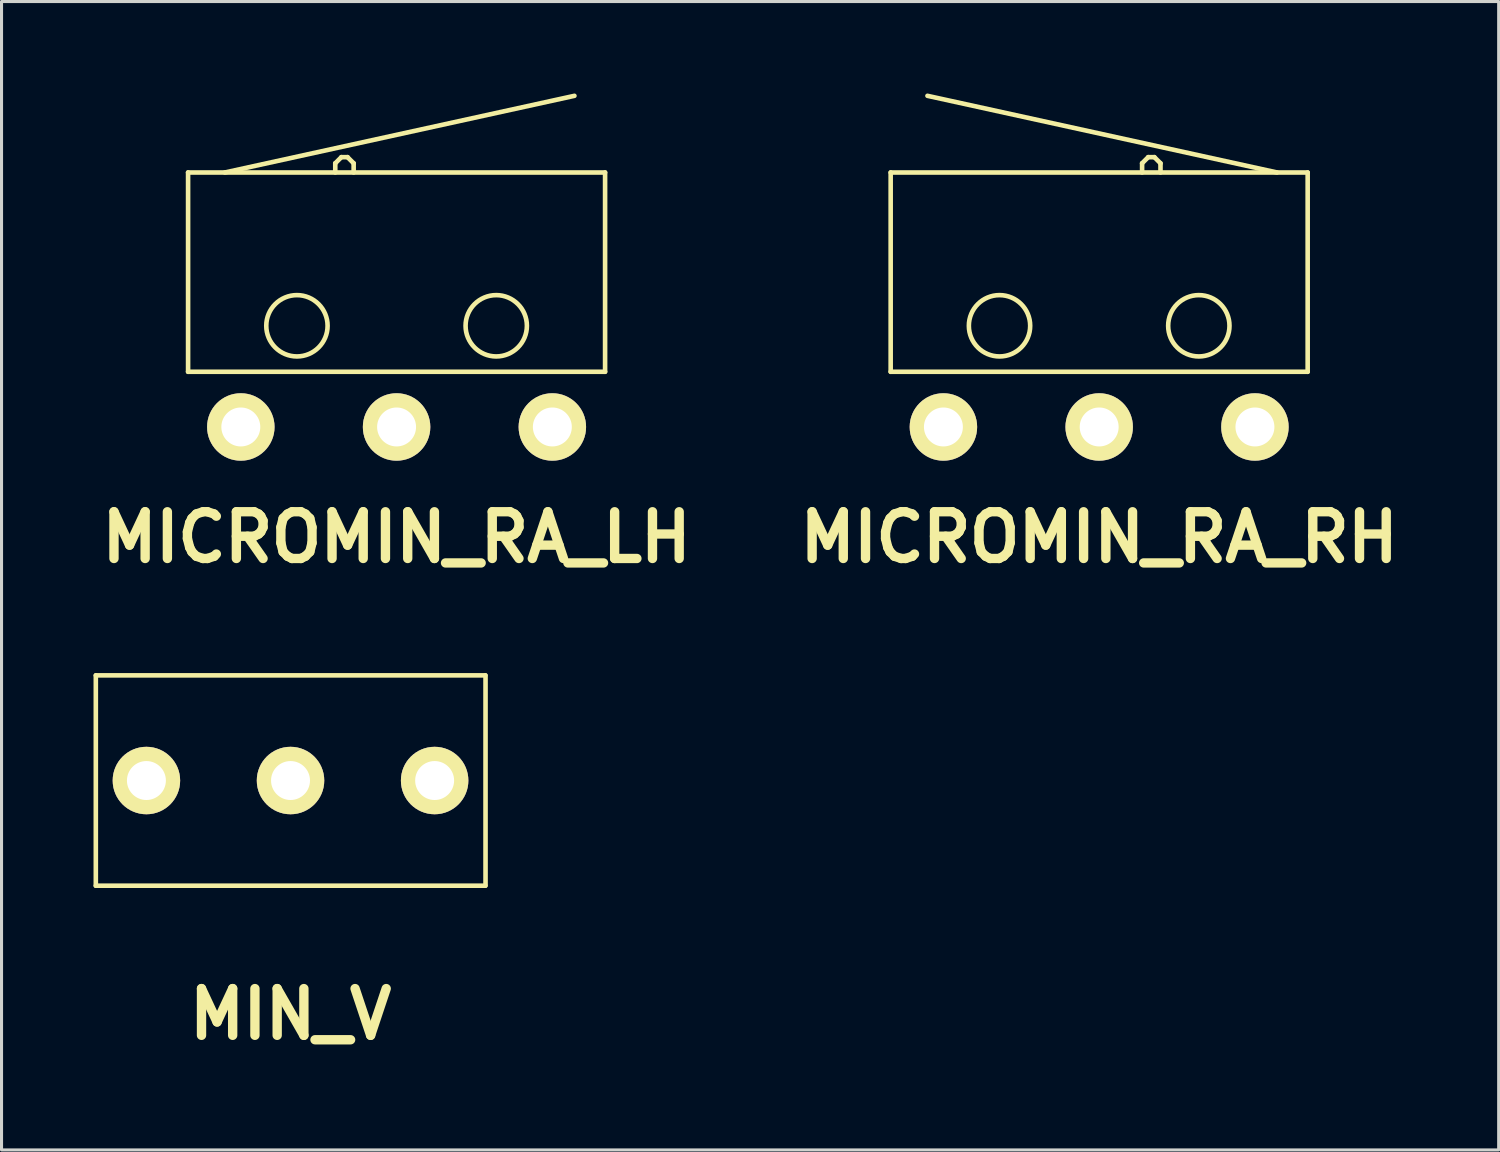
<source format=kicad_pcb>
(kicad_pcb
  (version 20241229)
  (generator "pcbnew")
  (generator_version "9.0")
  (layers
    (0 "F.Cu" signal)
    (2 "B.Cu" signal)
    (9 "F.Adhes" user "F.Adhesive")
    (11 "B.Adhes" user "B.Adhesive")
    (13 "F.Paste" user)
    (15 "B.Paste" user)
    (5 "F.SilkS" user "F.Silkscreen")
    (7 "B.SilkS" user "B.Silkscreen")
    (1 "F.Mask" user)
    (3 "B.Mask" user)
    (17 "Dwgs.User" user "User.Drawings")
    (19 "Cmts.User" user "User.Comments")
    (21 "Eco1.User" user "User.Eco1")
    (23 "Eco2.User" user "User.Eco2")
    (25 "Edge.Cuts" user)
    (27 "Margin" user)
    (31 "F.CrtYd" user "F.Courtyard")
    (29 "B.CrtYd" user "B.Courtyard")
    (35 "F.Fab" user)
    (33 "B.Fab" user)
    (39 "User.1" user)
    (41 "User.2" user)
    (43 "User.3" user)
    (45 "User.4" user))
  (footprint "MICROMIN_RA_RH"
    (layer "F.Cu")
    (at 32.798 10.875)
    (property "Reference" "MICROMIN_RA_RH" (at 0 3.6 0) (layer "F.SilkS") (effects (font (size 1.524 1.524) (thickness 0.305))))
    (attr through_hole)
    (fp_line (start -6.8 -8.3) (end -6.8 -1.8) (stroke (width 0.15) (type solid)) (layer "F.SilkS"))
    (fp_line (start -6.8 -1.8) (end 6.8 -1.8) (stroke (width 0.15) (type solid)) (layer "F.SilkS"))
    (fp_line (start 1.4 -8.6) (end 1.4 -8.3) (stroke (width 0.15) (type solid)) (layer "F.SilkS"))
    (fp_line (start 1.6 -8.8) (end 1.4 -8.6) (stroke (width 0.15) (type solid)) (layer "F.SilkS"))
    (fp_line (start 1.8 -8.8) (end 1.6 -8.8) (stroke (width 0.15) (type solid)) (layer "F.SilkS"))
    (fp_line (start 2 -8.6) (end 1.8 -8.8) (stroke (width 0.15) (type solid)) (layer "F.SilkS"))
    (fp_line (start 2 -8.3) (end 2 -8.6) (stroke (width 0.15) (type solid)) (layer "F.SilkS"))
    (fp_line (start 5.8 -8.3) (end -5.6 -10.8) (stroke (width 0.15) (type solid)) (layer "F.SilkS"))
    (fp_line (start 6.8 -8.3) (end -6.8 -8.3) (stroke (width 0.15) (type solid)) (layer "F.SilkS"))
    (fp_line (start 6.8 -1.8) (end 6.8 -8.3) (stroke (width 0.15) (type solid)) (layer "F.SilkS"))
    (fp_circle (center -3.25 -3.3) (end -3.25 -2.3) (stroke (width 0.15) (type solid)) (fill no) (layer "F.SilkS"))
    (fp_circle (center 3.25 -3.3) (end 2.25 -3.3) (stroke (width 0.15) (type solid)) (fill no) (layer "F.SilkS"))
    (pad "1" thru_hole circle (at -5.08 0) (size 2.2 2.2) (drill 1.27) (layers "*.Cu" "*.Mask" "F.SilkS"))
    (pad "2" thru_hole circle (at 0 0) (size 2.2 2.2) (drill 1.27) (layers "*.Cu" "*.Mask" "F.SilkS"))
    (pad "3" thru_hole circle (at 5.08 0) (size 2.2 2.2) (drill 1.27) (layers "*.Cu" "*.Mask" "F.SilkS")))
  (footprint "MICROMIN_RA_LH"
    (layer "F.Cu")
    (at 9.884 10.875)
    (property "Reference" "MICROMIN_RA_LH" (at 0 3.6 0) (layer "F.SilkS") (effects (font (size 1.524 1.524) (thickness 0.305))))
    (attr through_hole)
    (fp_line (start -6.8 -8.3) (end -6.8 -1.8) (stroke (width 0.15) (type solid)) (layer "F.SilkS"))
    (fp_line (start -6.8 -1.8) (end 6.8 -1.8) (stroke (width 0.15) (type solid)) (layer "F.SilkS"))
    (fp_line (start -5.6 -8.3) (end 5.8 -10.8) (stroke (width 0.15) (type solid)) (layer "F.SilkS"))
    (fp_line (start -2 -8.6) (end -1.8 -8.8) (stroke (width 0.15) (type solid)) (layer "F.SilkS"))
    (fp_line (start -2 -8.3) (end -2 -8.6) (stroke (width 0.15) (type solid)) (layer "F.SilkS"))
    (fp_line (start -1.8 -8.8) (end -1.6 -8.8) (stroke (width 0.15) (type solid)) (layer "F.SilkS"))
    (fp_line (start -1.6 -8.8) (end -1.4 -8.6) (stroke (width 0.15) (type solid)) (layer "F.SilkS"))
    (fp_line (start -1.4 -8.6) (end -1.4 -8.3) (stroke (width 0.15) (type solid)) (layer "F.SilkS"))
    (fp_line (start 6.8 -8.3) (end -6.8 -8.3) (stroke (width 0.15) (type solid)) (layer "F.SilkS"))
    (fp_line (start 6.8 -1.8) (end 6.8 -8.3) (stroke (width 0.15) (type solid)) (layer "F.SilkS"))
    (fp_circle (center -3.25 -3.3) (end -3.25 -2.3) (stroke (width 0.15) (type solid)) (fill no) (layer "F.SilkS"))
    (fp_circle (center 3.25 -3.3) (end 3.25 -2.3) (stroke (width 0.15) (type solid)) (fill no) (layer "F.SilkS"))
    (pad "1" thru_hole circle (at -5.08 0) (size 2.2 2.2) (drill 1.27) (layers "*.Cu" "*.Mask" "F.SilkS"))
    (pad "2" thru_hole circle (at 0 0) (size 2.2 2.2) (drill 1.27) (layers "*.Cu" "*.Mask" "F.SilkS"))
    (pad "3" thru_hole circle (at 5.08 0) (size 2.2 2.2) (drill 1.27) (layers "*.Cu" "*.Mask" "F.SilkS")))
  (footprint "MIN_V"
    (layer "F.Cu")
    (at 6.425 22.406)
    (property "Reference" "MIN_V" (at 0 7.62 0) (layer "F.SilkS") (effects (font (size 1.524 1.524) (thickness 0.305))))
    (attr through_hole)
    (fp_line (start -6.35 -3.43) (end 6.35 -3.43) (stroke (width 0.15) (type solid)) (layer "F.SilkS"))
    (fp_line (start -6.35 3.43) (end -6.35 -3.43) (stroke (width 0.15) (type solid)) (layer "F.SilkS"))
    (fp_line (start 6.35 3.43) (end -6.35 3.43) (stroke (width 0.15) (type solid)) (layer "F.SilkS"))
    (fp_line (start 6.36 -3.43) (end 6.36 3.43) (stroke (width 0.15) (type solid)) (layer "F.SilkS"))
    (pad "1" thru_hole circle (at -4.7 0) (size 2.2 2.2) (drill 1.27) (layers "*.Cu" "*.Mask" "F.SilkS"))
    (pad "2" thru_hole circle (at 0 0) (size 2.2 2.2) (drill 1.27) (layers "*.Cu" "*.Mask" "F.SilkS"))
    (pad "3" thru_hole circle (at 4.7 0) (size 2.2 2.2) (drill 1.27) (layers "*.Cu" "*.Mask" "F.SilkS")))
  (gr_rect
    (start -3 -3)
    (end 45.827 34.453)
    (stroke (width 0.1) (type default))
    (fill no)
    (layer "Edge.Cuts")))
</source>
